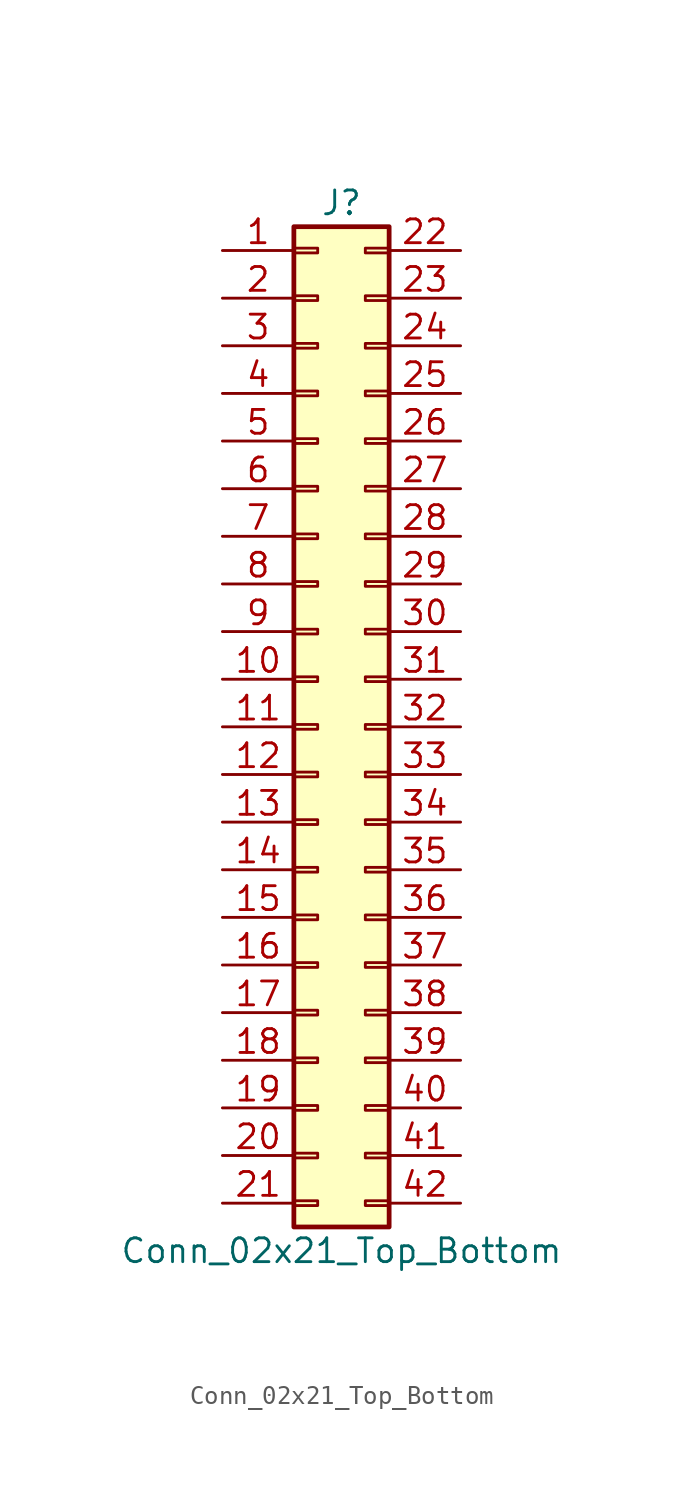
<source format=kicad_sym>
(kicad_symbol_lib
  (version 20201005)
  (generator kicad_symbol_editor)
  (symbol "Conn_02x21_Top_Bottom"
    (pin_names
      (offset 1.016) hide)
    (property "Reference" "J"
      (at 1.27 27.94 0)
      (effects (font (size 1.27 1.27))))
    (property "Value" "Conn_02x21_Top_Bottom"
      (at 1.27 -27.94 0)
      (effects (font (size 1.27 1.27))))
    (symbol "Conn_02x21_Top_Bottom_1_1"
      (rectangle (start -1.27 -25.273) (end 0 -25.527) (stroke (width 0.152)) (fill (type none)))
      (rectangle (start -1.27 -22.733) (end 0 -22.987) (stroke (width 0.152)) (fill (type none)))
      (rectangle (start -1.27 -20.193) (end 0 -20.447) (stroke (width 0.152)) (fill (type none)))
      (rectangle (start -1.27 -17.653) (end 0 -17.907) (stroke (width 0.152)) (fill (type none)))
      (rectangle (start -1.27 -15.113) (end 0 -15.367) (stroke (width 0.152)) (fill (type none)))
      (rectangle (start -1.27 -12.573) (end 0 -12.827) (stroke (width 0.152)) (fill (type none)))
      (rectangle (start -1.27 -10.033) (end 0 -10.287) (stroke (width 0.152)) (fill (type none)))
      (rectangle (start -1.27 -7.493) (end 0 -7.747) (stroke (width 0.152)) (fill (type none)))
      (rectangle (start -1.27 -4.953) (end 0 -5.207) (stroke (width 0.152)) (fill (type none)))
      (rectangle (start -1.27 -2.413) (end 0 -2.667) (stroke (width 0.152)) (fill (type none)))
      (rectangle (start -1.27 0.127) (end 0 -0.127) (stroke (width 0.152)) (fill (type none)))
      (rectangle (start -1.27 2.667) (end 0 2.413) (stroke (width 0.152)) (fill (type none)))
      (rectangle (start -1.27 5.207) (end 0 4.953) (stroke (width 0.152)) (fill (type none)))
      (rectangle (start -1.27 7.747) (end 0 7.493) (stroke (width 0.152)) (fill (type none)))
      (rectangle (start -1.27 10.287) (end 0 10.033) (stroke (width 0.152)) (fill (type none)))
      (rectangle (start -1.27 12.827) (end 0 12.573) (stroke (width 0.152)) (fill (type none)))
      (rectangle (start -1.27 15.367) (end 0 15.113) (stroke (width 0.152)) (fill (type none)))
      (rectangle (start -1.27 17.907) (end 0 17.653) (stroke (width 0.152)) (fill (type none)))
      (rectangle (start -1.27 20.447) (end 0 20.193) (stroke (width 0.152)) (fill (type none)))
      (rectangle (start -1.27 22.987) (end 0 22.733) (stroke (width 0.152)) (fill (type none)))
      (rectangle (start -1.27 25.527) (end 0 25.273) (stroke (width 0.152)) (fill (type none)))
      (rectangle (start 3.81 -25.273) (end 2.54 -25.527) (stroke (width 0.152)) (fill (type none)))
      (rectangle (start 3.81 -22.733) (end 2.54 -22.987) (stroke (width 0.152)) (fill (type none)))
      (rectangle (start 3.81 -20.193) (end 2.54 -20.447) (stroke (width 0.152)) (fill (type none)))
      (rectangle (start 3.81 -17.653) (end 2.54 -17.907) (stroke (width 0.152)) (fill (type none)))
      (rectangle (start 3.81 -15.113) (end 2.54 -15.367) (stroke (width 0.152)) (fill (type none)))
      (rectangle (start 3.81 -12.573) (end 2.54 -12.827) (stroke (width 0.152)) (fill (type none)))
      (rectangle (start 3.81 -10.033) (end 2.54 -10.287) (stroke (width 0.152)) (fill (type none)))
      (rectangle (start 3.81 -7.493) (end 2.54 -7.747) (stroke (width 0.152)) (fill (type none)))
      (rectangle (start 3.81 -4.953) (end 2.54 -5.207) (stroke (width 0.152)) (fill (type none)))
      (rectangle (start 3.81 -2.413) (end 2.54 -2.667) (stroke (width 0.152)) (fill (type none)))
      (rectangle (start 3.81 0.127) (end 2.54 -0.127) (stroke (width 0.152)) (fill (type none)))
      (rectangle (start 3.81 2.667) (end 2.54 2.413) (stroke (width 0.152)) (fill (type none)))
      (rectangle (start 3.81 5.207) (end 2.54 4.953) (stroke (width 0.152)) (fill (type none)))
      (rectangle (start 3.81 7.747) (end 2.54 7.493) (stroke (width 0.152)) (fill (type none)))
      (rectangle (start 3.81 10.287) (end 2.54 10.033) (stroke (width 0.152)) (fill (type none)))
      (rectangle (start 3.81 12.827) (end 2.54 12.573) (stroke (width 0.152)) (fill (type none)))
      (rectangle (start 3.81 15.367) (end 2.54 15.113) (stroke (width 0.152)) (fill (type none)))
      (rectangle (start 3.81 17.907) (end 2.54 17.653) (stroke (width 0.152)) (fill (type none)))
      (rectangle (start 3.81 20.447) (end 2.54 20.193) (stroke (width 0.152)) (fill (type none)))
      (rectangle (start 3.81 22.987) (end 2.54 22.733) (stroke (width 0.152)) (fill (type none)))
      (rectangle (start 3.81 25.527) (end 2.54 25.273) (stroke (width 0.152)) (fill (type none)))
      (rectangle (start -1.27 26.67) (end 3.81 -26.67) (stroke (width 0.254)) (fill (type background)))
      (pin passive line (at -5.08 25.4 0) (length 3.81) (name "Pin_1" (effects (font (size 1.27 1.27)))) (number "1" (effects (font (size 1.27 1.27)))))
      (pin passive line (at -5.08 2.54 0) (length 3.81) (name "Pin_10" (effects (font (size 1.27 1.27)))) (number "10" (effects (font (size 1.27 1.27)))))
      (pin passive line (at -5.08 0 0) (length 3.81) (name "Pin_11" (effects (font (size 1.27 1.27)))) (number "11" (effects (font (size 1.27 1.27)))))
      (pin passive line (at -5.08 -2.54 0) (length 3.81) (name "Pin_12" (effects (font (size 1.27 1.27)))) (number "12" (effects (font (size 1.27 1.27)))))
      (pin passive line (at -5.08 -5.08 0) (length 3.81) (name "Pin_13" (effects (font (size 1.27 1.27)))) (number "13" (effects (font (size 1.27 1.27)))))
      (pin passive line (at -5.08 -7.62 0) (length 3.81) (name "Pin_14" (effects (font (size 1.27 1.27)))) (number "14" (effects (font (size 1.27 1.27)))))
      (pin passive line (at -5.08 -10.16 0) (length 3.81) (name "Pin_15" (effects (font (size 1.27 1.27)))) (number "15" (effects (font (size 1.27 1.27)))))
      (pin passive line (at -5.08 -12.7 0) (length 3.81) (name "Pin_16" (effects (font (size 1.27 1.27)))) (number "16" (effects (font (size 1.27 1.27)))))
      (pin passive line (at -5.08 -15.24 0) (length 3.81) (name "Pin_17" (effects (font (size 1.27 1.27)))) (number "17" (effects (font (size 1.27 1.27)))))
      (pin passive line (at -5.08 -17.78 0) (length 3.81) (name "Pin_18" (effects (font (size 1.27 1.27)))) (number "18" (effects (font (size 1.27 1.27)))))
      (pin passive line (at -5.08 -20.32 0) (length 3.81) (name "Pin_19" (effects (font (size 1.27 1.27)))) (number "19" (effects (font (size 1.27 1.27)))))
      (pin passive line (at -5.08 22.86 0) (length 3.81) (name "Pin_2" (effects (font (size 1.27 1.27)))) (number "2" (effects (font (size 1.27 1.27)))))
      (pin passive line (at -5.08 -22.86 0) (length 3.81) (name "Pin_20" (effects (font (size 1.27 1.27)))) (number "20" (effects (font (size 1.27 1.27)))))
      (pin passive line (at -5.08 -25.4 0) (length 3.81) (name "Pin_21" (effects (font (size 1.27 1.27)))) (number "21" (effects (font (size 1.27 1.27)))))
      (pin passive line (at 7.62 25.4 180) (length 3.81) (name "Pin_22" (effects (font (size 1.27 1.27)))) (number "22" (effects (font (size 1.27 1.27)))))
      (pin passive line (at 7.62 22.86 180) (length 3.81) (name "Pin_23" (effects (font (size 1.27 1.27)))) (number "23" (effects (font (size 1.27 1.27)))))
      (pin passive line (at 7.62 20.32 180) (length 3.81) (name "Pin_24" (effects (font (size 1.27 1.27)))) (number "24" (effects (font (size 1.27 1.27)))))
      (pin passive line (at 7.62 17.78 180) (length 3.81) (name "Pin_25" (effects (font (size 1.27 1.27)))) (number "25" (effects (font (size 1.27 1.27)))))
      (pin passive line (at 7.62 15.24 180) (length 3.81) (name "Pin_26" (effects (font (size 1.27 1.27)))) (number "26" (effects (font (size 1.27 1.27)))))
      (pin passive line (at 7.62 12.7 180) (length 3.81) (name "Pin_27" (effects (font (size 1.27 1.27)))) (number "27" (effects (font (size 1.27 1.27)))))
      (pin passive line (at 7.62 10.16 180) (length 3.81) (name "Pin_28" (effects (font (size 1.27 1.27)))) (number "28" (effects (font (size 1.27 1.27)))))
      (pin passive line (at 7.62 7.62 180) (length 3.81) (name "Pin_29" (effects (font (size 1.27 1.27)))) (number "29" (effects (font (size 1.27 1.27)))))
      (pin passive line (at -5.08 20.32 0) (length 3.81) (name "Pin_3" (effects (font (size 1.27 1.27)))) (number "3" (effects (font (size 1.27 1.27)))))
      (pin passive line (at 7.62 5.08 180) (length 3.81) (name "Pin_30" (effects (font (size 1.27 1.27)))) (number "30" (effects (font (size 1.27 1.27)))))
      (pin passive line (at 7.62 2.54 180) (length 3.81) (name "Pin_31" (effects (font (size 1.27 1.27)))) (number "31" (effects (font (size 1.27 1.27)))))
      (pin passive line (at 7.62 0 180) (length 3.81) (name "Pin_32" (effects (font (size 1.27 1.27)))) (number "32" (effects (font (size 1.27 1.27)))))
      (pin passive line (at 7.62 -2.54 180) (length 3.81) (name "Pin_33" (effects (font (size 1.27 1.27)))) (number "33" (effects (font (size 1.27 1.27)))))
      (pin passive line (at 7.62 -5.08 180) (length 3.81) (name "Pin_34" (effects (font (size 1.27 1.27)))) (number "34" (effects (font (size 1.27 1.27)))))
      (pin passive line (at 7.62 -7.62 180) (length 3.81) (name "Pin_35" (effects (font (size 1.27 1.27)))) (number "35" (effects (font (size 1.27 1.27)))))
      (pin passive line (at 7.62 -10.16 180) (length 3.81) (name "Pin_36" (effects (font (size 1.27 1.27)))) (number "36" (effects (font (size 1.27 1.27)))))
      (pin passive line (at 7.62 -12.7 180) (length 3.81) (name "Pin_37" (effects (font (size 1.27 1.27)))) (number "37" (effects (font (size 1.27 1.27)))))
      (pin passive line (at 7.62 -15.24 180) (length 3.81) (name "Pin_38" (effects (font (size 1.27 1.27)))) (number "38" (effects (font (size 1.27 1.27)))))
      (pin passive line (at 7.62 -17.78 180) (length 3.81) (name "Pin_39" (effects (font (size 1.27 1.27)))) (number "39" (effects (font (size 1.27 1.27)))))
      (pin passive line (at -5.08 17.78 0) (length 3.81) (name "Pin_4" (effects (font (size 1.27 1.27)))) (number "4" (effects (font (size 1.27 1.27)))))
      (pin passive line (at 7.62 -20.32 180) (length 3.81) (name "Pin_40" (effects (font (size 1.27 1.27)))) (number "40" (effects (font (size 1.27 1.27)))))
      (pin passive line (at 7.62 -22.86 180) (length 3.81) (name "Pin_41" (effects (font (size 1.27 1.27)))) (number "41" (effects (font (size 1.27 1.27)))))
      (pin passive line (at 7.62 -25.4 180) (length 3.81) (name "Pin_42" (effects (font (size 1.27 1.27)))) (number "42" (effects (font (size 1.27 1.27)))))
      (pin passive line (at -5.08 15.24 0) (length 3.81) (name "Pin_5" (effects (font (size 1.27 1.27)))) (number "5" (effects (font (size 1.27 1.27)))))
      (pin passive line (at -5.08 12.7 0) (length 3.81) (name "Pin_6" (effects (font (size 1.27 1.27)))) (number "6" (effects (font (size 1.27 1.27)))))
      (pin passive line (at -5.08 10.16 0) (length 3.81) (name "Pin_7" (effects (font (size 1.27 1.27)))) (number "7" (effects (font (size 1.27 1.27)))))
      (pin passive line (at -5.08 7.62 0) (length 3.81) (name "Pin_8" (effects (font (size 1.27 1.27)))) (number "8" (effects (font (size 1.27 1.27)))))
      (pin passive line (at -5.08 5.08 0) (length 3.81) (name "Pin_9" (effects (font (size 1.27 1.27)))) (number "9" (effects (font (size 1.27 1.27))))))))
</source>
